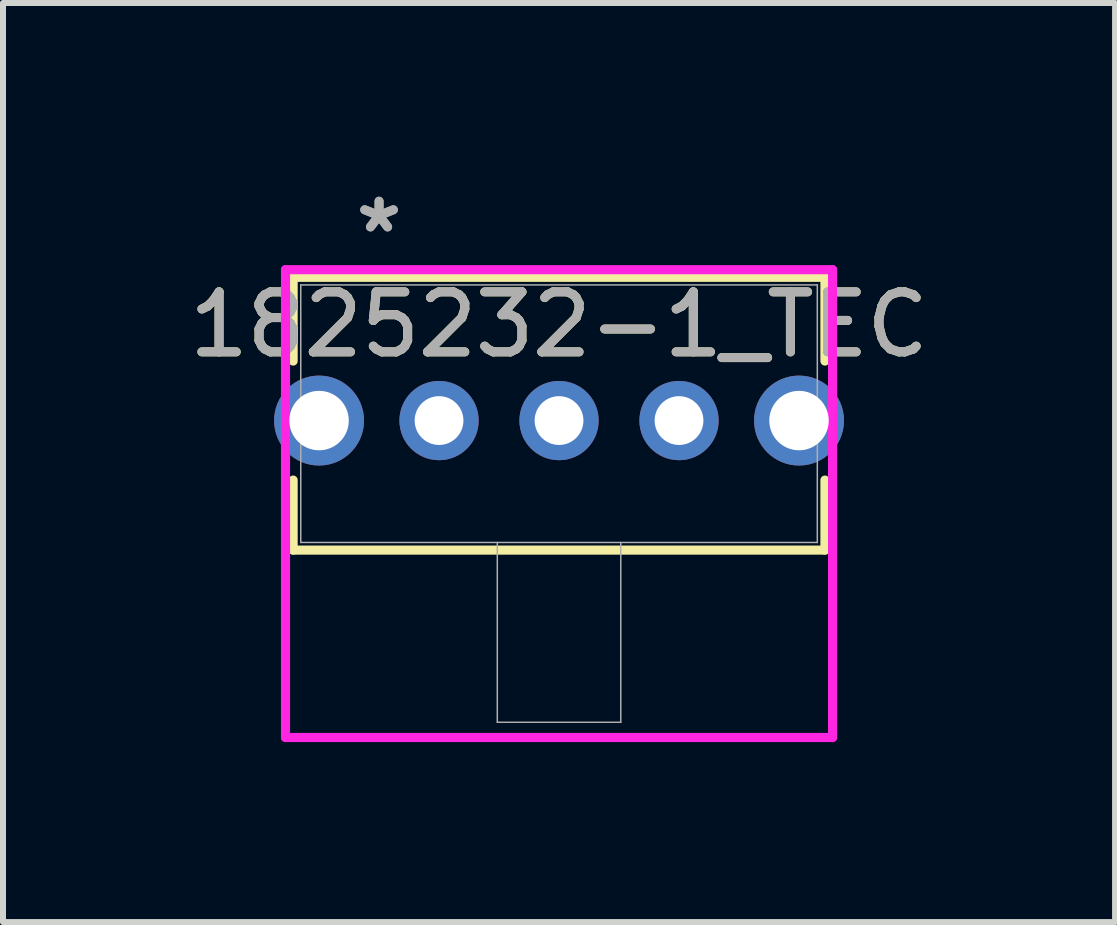
<source format=kicad_pcb>
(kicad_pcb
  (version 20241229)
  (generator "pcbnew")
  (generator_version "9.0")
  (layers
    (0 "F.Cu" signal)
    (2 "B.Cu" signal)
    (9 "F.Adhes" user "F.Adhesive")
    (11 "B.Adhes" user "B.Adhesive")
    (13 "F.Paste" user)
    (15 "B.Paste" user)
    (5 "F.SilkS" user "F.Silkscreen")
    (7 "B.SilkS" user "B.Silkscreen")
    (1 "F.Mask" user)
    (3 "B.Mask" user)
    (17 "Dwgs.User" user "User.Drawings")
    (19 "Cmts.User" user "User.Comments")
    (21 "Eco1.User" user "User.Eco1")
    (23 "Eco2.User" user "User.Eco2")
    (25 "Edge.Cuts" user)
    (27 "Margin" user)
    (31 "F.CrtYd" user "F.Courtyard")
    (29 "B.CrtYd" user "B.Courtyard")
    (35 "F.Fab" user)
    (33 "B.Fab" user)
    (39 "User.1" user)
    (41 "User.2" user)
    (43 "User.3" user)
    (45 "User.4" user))
  (footprint "1825232-1_TEC"
    (layer "F.Cu")
    (at 4.268 3.96)
    (property "Reference" "1825232-1_TEC" (at 2 -1.6 0) (unlocked yes) (layer "F.SilkS") (effects (font (size 1 1) (thickness 0.15))))
    (attr through_hole)
    (fp_line (start -2.432 -2.388) (end -2.432 -0.992) (stroke (width 0.152) (type solid)) (layer "F.SilkS"))
    (fp_line (start -2.432 0.992) (end -2.432 2.159) (stroke (width 0.152) (type solid)) (layer "F.SilkS"))
    (fp_line (start -2.432 2.159) (end 6.432 2.159) (stroke (width 0.152) (type solid)) (layer "F.SilkS"))
    (fp_line (start 6.432 -2.388) (end -2.432 -2.388) (stroke (width 0.152) (type solid)) (layer "F.SilkS"))
    (fp_line (start 6.432 -0.992) (end 6.432 -2.388) (stroke (width 0.152) (type solid)) (layer "F.SilkS"))
    (fp_line (start 6.432 2.159) (end 6.432 0.992) (stroke (width 0.152) (type solid)) (layer "F.SilkS"))
    (fp_line (start -2.559 -2.515) (end -2.559 5.283) (stroke (width 0.152) (type solid)) (layer "F.CrtYd"))
    (fp_line (start -2.559 5.283) (end 6.559 5.283) (stroke (width 0.152) (type solid)) (layer "F.CrtYd"))
    (fp_line (start 6.559 -2.515) (end -2.559 -2.515) (stroke (width 0.152) (type solid)) (layer "F.CrtYd"))
    (fp_line (start 6.559 5.283) (end 6.559 -2.515) (stroke (width 0.152) (type solid)) (layer "F.CrtYd"))
    (fp_line (start -2.305 -2.261) (end -2.305 2.032) (stroke (width 0.025) (type solid)) (layer "F.Fab"))
    (fp_line (start -2.305 2.032) (end 6.305 2.032) (stroke (width 0.025) (type solid)) (layer "F.Fab"))
    (fp_line (start 0.971 2.032) (end 0.971 5.029) (stroke (width 0.025) (type solid)) (layer "F.Fab"))
    (fp_line (start 0.971 5.029) (end 3.029 5.029) (stroke (width 0.025) (type solid)) (layer "F.Fab"))
    (fp_line (start 3.029 2.032) (end 3.029 5.029) (stroke (width 0.025) (type solid)) (layer "F.Fab"))
    (fp_line (start 6.305 -2.261) (end -2.305 -2.261) (stroke (width 0.025) (type solid)) (layer "F.Fab"))
    (fp_line (start 6.305 2.032) (end 6.305 -2.261) (stroke (width 0.025) (type solid)) (layer "F.Fab"))
    (fp_text user "${REFERENCE}" (at 2 -1.6 0) (unlocked yes) (layer "F.Fab") (effects (font (size 1 1) (thickness 0.15))))
    (fp_text user "*" (at -1 -3.111 0) (unlocked yes) (layer "F.Fab") (effects (font (size 1 1) (thickness 0.15))))
    (fp_text user "*" (at -1 -3.111 0) (layer "F.Fab") (effects (font (size 1 1) (thickness 0.15))))
    (pad "1" thru_hole circle (at -0.000001 0) (size 1.321 1.321) (drill 0.813) (layers "*.Cu" "*.Mask"))
    (pad "2" thru_hole circle (at 2 0) (size 1.321 1.321) (drill 0.813) (layers "*.Cu" "*.Mask"))
    (pad "3" thru_hole circle (at 4 0) (size 1.321 1.321) (drill 0.813) (layers "*.Cu" "*.Mask"))
    (pad "S1" thru_hole circle (at -2 0) (size 1.499 1.499) (drill 0.991) (layers "*.Cu" "*.Mask"))
    (pad "S1" thru_hole circle (at 6 0) (size 1.499 1.499) (drill 0.991) (layers "*.Cu" "*.Mask")))
  (gr_rect
    (start -3 -3)
    (end 15.536 12.319)
    (stroke (width 0.1) (type default))
    (fill no)
    (layer "Edge.Cuts")))
</source>
